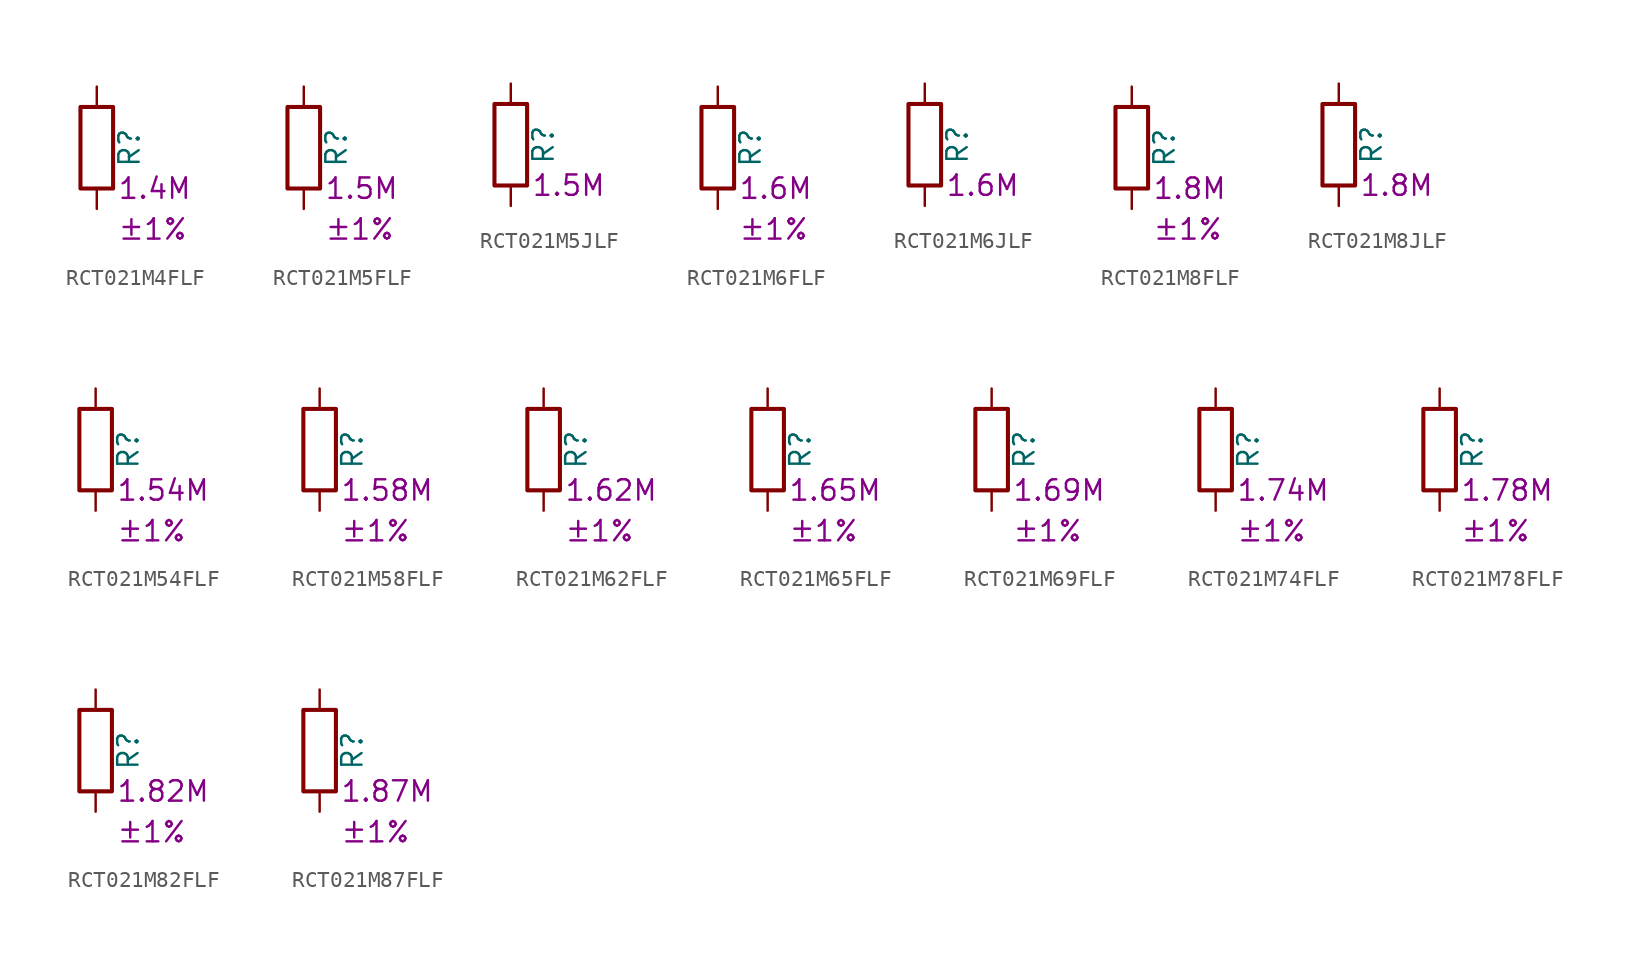
<source format=kicad_sym>
(kicad_symbol_lib
  (version 20220914)
  (generator kicad_symbol_editor)
  (symbol "RCT021M4FLF"
    (pin_numbers hide)
    (pin_names
      (offset 0))
    (property "Reference" "R"
      (at 2.032 0 90)
      (effects (font (size 1.27 1.27))))
    (property "Resistance" "1.4M"
      (at 1.27 -2.54 0)
      (effects (font (size 1.27 1.27)) (justify left)))
    (property "Tolerance" "±1%"
      (at 1.27 -5.08 0)
      (effects (font (size 1.27 1.27)) (justify left)))
    (symbol "RCT021M4FLF_0_1"
      (rectangle (start -1.016 -2.54) (end 1.016 2.54) (stroke (width 0.254) (type default)) (fill (type none))))
    (symbol "RCT021M4FLF_1_1"
      (pin passive line (at 0 3.81 270) (length 1.27) (name "~" (effects (font (size 1.27 1.27)))) (number "1" (effects (font (size 1.27 1.27)))))
      (pin passive line (at 0 -3.81 90) (length 1.27) (name "~" (effects (font (size 1.27 1.27)))) (number "2" (effects (font (size 1.27 1.27)))))))
  (symbol "RCT021M5FLF"
    (pin_numbers hide)
    (pin_names
      (offset 0))
    (property "Reference" "R"
      (at 2.032 0 90)
      (effects (font (size 1.27 1.27))))
    (property "Resistance" "1.5M"
      (at 1.27 -2.54 0)
      (effects (font (size 1.27 1.27)) (justify left)))
    (property "Tolerance" "±1%"
      (at 1.27 -5.08 0)
      (effects (font (size 1.27 1.27)) (justify left)))
    (symbol "RCT021M5FLF_0_1"
      (rectangle (start -1.016 -2.54) (end 1.016 2.54) (stroke (width 0.254) (type default)) (fill (type none))))
    (symbol "RCT021M5FLF_1_1"
      (pin passive line (at 0 3.81 270) (length 1.27) (name "~" (effects (font (size 1.27 1.27)))) (number "1" (effects (font (size 1.27 1.27)))))
      (pin passive line (at 0 -3.81 90) (length 1.27) (name "~" (effects (font (size 1.27 1.27)))) (number "2" (effects (font (size 1.27 1.27)))))))
  (symbol "RCT021M5JLF"
    (pin_numbers hide)
    (pin_names
      (offset 0))
    (property "Reference" "R"
      (at 2.032 0 90)
      (effects (font (size 1.27 1.27))))
    (property "Resistance" "1.5M"
      (at 1.27 -2.54 0)
      (effects (font (size 1.27 1.27)) (justify left)))
    (symbol "RCT021M5JLF_0_1"
      (rectangle (start -1.016 -2.54) (end 1.016 2.54) (stroke (width 0.254) (type default)) (fill (type none))))
    (symbol "RCT021M5JLF_1_1"
      (pin passive line (at 0 3.81 270) (length 1.27) (name "~" (effects (font (size 1.27 1.27)))) (number "1" (effects (font (size 1.27 1.27)))))
      (pin passive line (at 0 -3.81 90) (length 1.27) (name "~" (effects (font (size 1.27 1.27)))) (number "2" (effects (font (size 1.27 1.27)))))))
  (symbol "RCT021M6FLF"
    (pin_numbers hide)
    (pin_names
      (offset 0))
    (property "Reference" "R"
      (at 2.032 0 90)
      (effects (font (size 1.27 1.27))))
    (property "Resistance" "1.6M"
      (at 1.27 -2.54 0)
      (effects (font (size 1.27 1.27)) (justify left)))
    (property "Tolerance" "±1%"
      (at 1.27 -5.08 0)
      (effects (font (size 1.27 1.27)) (justify left)))
    (symbol "RCT021M6FLF_0_1"
      (rectangle (start -1.016 -2.54) (end 1.016 2.54) (stroke (width 0.254) (type default)) (fill (type none))))
    (symbol "RCT021M6FLF_1_1"
      (pin passive line (at 0 3.81 270) (length 1.27) (name "~" (effects (font (size 1.27 1.27)))) (number "1" (effects (font (size 1.27 1.27)))))
      (pin passive line (at 0 -3.81 90) (length 1.27) (name "~" (effects (font (size 1.27 1.27)))) (number "2" (effects (font (size 1.27 1.27)))))))
  (symbol "RCT021M6JLF"
    (pin_numbers hide)
    (pin_names
      (offset 0))
    (property "Reference" "R"
      (at 2.032 0 90)
      (effects (font (size 1.27 1.27))))
    (property "Resistance" "1.6M"
      (at 1.27 -2.54 0)
      (effects (font (size 1.27 1.27)) (justify left)))
    (symbol "RCT021M6JLF_0_1"
      (rectangle (start -1.016 -2.54) (end 1.016 2.54) (stroke (width 0.254) (type default)) (fill (type none))))
    (symbol "RCT021M6JLF_1_1"
      (pin passive line (at 0 3.81 270) (length 1.27) (name "~" (effects (font (size 1.27 1.27)))) (number "1" (effects (font (size 1.27 1.27)))))
      (pin passive line (at 0 -3.81 90) (length 1.27) (name "~" (effects (font (size 1.27 1.27)))) (number "2" (effects (font (size 1.27 1.27)))))))
  (symbol "RCT021M8FLF"
    (pin_numbers hide)
    (pin_names
      (offset 0))
    (property "Reference" "R"
      (at 2.032 0 90)
      (effects (font (size 1.27 1.27))))
    (property "Resistance" "1.8M"
      (at 1.27 -2.54 0)
      (effects (font (size 1.27 1.27)) (justify left)))
    (property "Tolerance" "±1%"
      (at 1.27 -5.08 0)
      (effects (font (size 1.27 1.27)) (justify left)))
    (symbol "RCT021M8FLF_0_1"
      (rectangle (start -1.016 -2.54) (end 1.016 2.54) (stroke (width 0.254) (type default)) (fill (type none))))
    (symbol "RCT021M8FLF_1_1"
      (pin passive line (at 0 3.81 270) (length 1.27) (name "~" (effects (font (size 1.27 1.27)))) (number "1" (effects (font (size 1.27 1.27)))))
      (pin passive line (at 0 -3.81 90) (length 1.27) (name "~" (effects (font (size 1.27 1.27)))) (number "2" (effects (font (size 1.27 1.27)))))))
  (symbol "RCT021M8JLF"
    (pin_numbers hide)
    (pin_names
      (offset 0))
    (property "Reference" "R"
      (at 2.032 0 90)
      (effects (font (size 1.27 1.27))))
    (property "Resistance" "1.8M"
      (at 1.27 -2.54 0)
      (effects (font (size 1.27 1.27)) (justify left)))
    (symbol "RCT021M8JLF_0_1"
      (rectangle (start -1.016 -2.54) (end 1.016 2.54) (stroke (width 0.254) (type default)) (fill (type none))))
    (symbol "RCT021M8JLF_1_1"
      (pin passive line (at 0 3.81 270) (length 1.27) (name "~" (effects (font (size 1.27 1.27)))) (number "1" (effects (font (size 1.27 1.27)))))
      (pin passive line (at 0 -3.81 90) (length 1.27) (name "~" (effects (font (size 1.27 1.27)))) (number "2" (effects (font (size 1.27 1.27)))))))
  (symbol "RCT021M54FLF"
    (pin_numbers hide)
    (pin_names
      (offset 0))
    (property "Reference" "R"
      (at 2.032 0 90)
      (effects (font (size 1.27 1.27))))
    (property "Resistance" "1.54M"
      (at 1.27 -2.54 0)
      (effects (font (size 1.27 1.27)) (justify left)))
    (property "Tolerance" "±1%"
      (at 1.27 -5.08 0)
      (effects (font (size 1.27 1.27)) (justify left)))
    (symbol "RCT021M54FLF_0_1"
      (rectangle (start -1.016 -2.54) (end 1.016 2.54) (stroke (width 0.254) (type default)) (fill (type none))))
    (symbol "RCT021M54FLF_1_1"
      (pin passive line (at 0 3.81 270) (length 1.27) (name "~" (effects (font (size 1.27 1.27)))) (number "1" (effects (font (size 1.27 1.27)))))
      (pin passive line (at 0 -3.81 90) (length 1.27) (name "~" (effects (font (size 1.27 1.27)))) (number "2" (effects (font (size 1.27 1.27)))))))
  (symbol "RCT021M58FLF"
    (pin_numbers hide)
    (pin_names
      (offset 0))
    (property "Reference" "R"
      (at 2.032 0 90)
      (effects (font (size 1.27 1.27))))
    (property "Resistance" "1.58M"
      (at 1.27 -2.54 0)
      (effects (font (size 1.27 1.27)) (justify left)))
    (property "Tolerance" "±1%"
      (at 1.27 -5.08 0)
      (effects (font (size 1.27 1.27)) (justify left)))
    (symbol "RCT021M58FLF_0_1"
      (rectangle (start -1.016 -2.54) (end 1.016 2.54) (stroke (width 0.254) (type default)) (fill (type none))))
    (symbol "RCT021M58FLF_1_1"
      (pin passive line (at 0 3.81 270) (length 1.27) (name "~" (effects (font (size 1.27 1.27)))) (number "1" (effects (font (size 1.27 1.27)))))
      (pin passive line (at 0 -3.81 90) (length 1.27) (name "~" (effects (font (size 1.27 1.27)))) (number "2" (effects (font (size 1.27 1.27)))))))
  (symbol "RCT021M62FLF"
    (pin_numbers hide)
    (pin_names
      (offset 0))
    (property "Reference" "R"
      (at 2.032 0 90)
      (effects (font (size 1.27 1.27))))
    (property "Resistance" "1.62M"
      (at 1.27 -2.54 0)
      (effects (font (size 1.27 1.27)) (justify left)))
    (property "Tolerance" "±1%"
      (at 1.27 -5.08 0)
      (effects (font (size 1.27 1.27)) (justify left)))
    (symbol "RCT021M62FLF_0_1"
      (rectangle (start -1.016 -2.54) (end 1.016 2.54) (stroke (width 0.254) (type default)) (fill (type none))))
    (symbol "RCT021M62FLF_1_1"
      (pin passive line (at 0 3.81 270) (length 1.27) (name "~" (effects (font (size 1.27 1.27)))) (number "1" (effects (font (size 1.27 1.27)))))
      (pin passive line (at 0 -3.81 90) (length 1.27) (name "~" (effects (font (size 1.27 1.27)))) (number "2" (effects (font (size 1.27 1.27)))))))
  (symbol "RCT021M65FLF"
    (pin_numbers hide)
    (pin_names
      (offset 0))
    (property "Reference" "R"
      (at 2.032 0 90)
      (effects (font (size 1.27 1.27))))
    (property "Resistance" "1.65M"
      (at 1.27 -2.54 0)
      (effects (font (size 1.27 1.27)) (justify left)))
    (property "Tolerance" "±1%"
      (at 1.27 -5.08 0)
      (effects (font (size 1.27 1.27)) (justify left)))
    (symbol "RCT021M65FLF_0_1"
      (rectangle (start -1.016 -2.54) (end 1.016 2.54) (stroke (width 0.254) (type default)) (fill (type none))))
    (symbol "RCT021M65FLF_1_1"
      (pin passive line (at 0 3.81 270) (length 1.27) (name "~" (effects (font (size 1.27 1.27)))) (number "1" (effects (font (size 1.27 1.27)))))
      (pin passive line (at 0 -3.81 90) (length 1.27) (name "~" (effects (font (size 1.27 1.27)))) (number "2" (effects (font (size 1.27 1.27)))))))
  (symbol "RCT021M69FLF"
    (pin_numbers hide)
    (pin_names
      (offset 0))
    (property "Reference" "R"
      (at 2.032 0 90)
      (effects (font (size 1.27 1.27))))
    (property "Resistance" "1.69M"
      (at 1.27 -2.54 0)
      (effects (font (size 1.27 1.27)) (justify left)))
    (property "Tolerance" "±1%"
      (at 1.27 -5.08 0)
      (effects (font (size 1.27 1.27)) (justify left)))
    (symbol "RCT021M69FLF_0_1"
      (rectangle (start -1.016 -2.54) (end 1.016 2.54) (stroke (width 0.254) (type default)) (fill (type none))))
    (symbol "RCT021M69FLF_1_1"
      (pin passive line (at 0 3.81 270) (length 1.27) (name "~" (effects (font (size 1.27 1.27)))) (number "1" (effects (font (size 1.27 1.27)))))
      (pin passive line (at 0 -3.81 90) (length 1.27) (name "~" (effects (font (size 1.27 1.27)))) (number "2" (effects (font (size 1.27 1.27)))))))
  (symbol "RCT021M74FLF"
    (pin_numbers hide)
    (pin_names
      (offset 0))
    (property "Reference" "R"
      (at 2.032 0 90)
      (effects (font (size 1.27 1.27))))
    (property "Resistance" "1.74M"
      (at 1.27 -2.54 0)
      (effects (font (size 1.27 1.27)) (justify left)))
    (property "Tolerance" "±1%"
      (at 1.27 -5.08 0)
      (effects (font (size 1.27 1.27)) (justify left)))
    (symbol "RCT021M74FLF_0_1"
      (rectangle (start -1.016 -2.54) (end 1.016 2.54) (stroke (width 0.254) (type default)) (fill (type none))))
    (symbol "RCT021M74FLF_1_1"
      (pin passive line (at 0 3.81 270) (length 1.27) (name "~" (effects (font (size 1.27 1.27)))) (number "1" (effects (font (size 1.27 1.27)))))
      (pin passive line (at 0 -3.81 90) (length 1.27) (name "~" (effects (font (size 1.27 1.27)))) (number "2" (effects (font (size 1.27 1.27)))))))
  (symbol "RCT021M78FLF"
    (pin_numbers hide)
    (pin_names
      (offset 0))
    (property "Reference" "R"
      (at 2.032 0 90)
      (effects (font (size 1.27 1.27))))
    (property "Resistance" "1.78M"
      (at 1.27 -2.54 0)
      (effects (font (size 1.27 1.27)) (justify left)))
    (property "Tolerance" "±1%"
      (at 1.27 -5.08 0)
      (effects (font (size 1.27 1.27)) (justify left)))
    (symbol "RCT021M78FLF_0_1"
      (rectangle (start -1.016 -2.54) (end 1.016 2.54) (stroke (width 0.254) (type default)) (fill (type none))))
    (symbol "RCT021M78FLF_1_1"
      (pin passive line (at 0 3.81 270) (length 1.27) (name "~" (effects (font (size 1.27 1.27)))) (number "1" (effects (font (size 1.27 1.27)))))
      (pin passive line (at 0 -3.81 90) (length 1.27) (name "~" (effects (font (size 1.27 1.27)))) (number "2" (effects (font (size 1.27 1.27)))))))
  (symbol "RCT021M82FLF"
    (pin_numbers hide)
    (pin_names
      (offset 0))
    (property "Reference" "R"
      (at 2.032 0 90)
      (effects (font (size 1.27 1.27))))
    (property "Resistance" "1.82M"
      (at 1.27 -2.54 0)
      (effects (font (size 1.27 1.27)) (justify left)))
    (property "Tolerance" "±1%"
      (at 1.27 -5.08 0)
      (effects (font (size 1.27 1.27)) (justify left)))
    (symbol "RCT021M82FLF_0_1"
      (rectangle (start -1.016 -2.54) (end 1.016 2.54) (stroke (width 0.254) (type default)) (fill (type none))))
    (symbol "RCT021M82FLF_1_1"
      (pin passive line (at 0 3.81 270) (length 1.27) (name "~" (effects (font (size 1.27 1.27)))) (number "1" (effects (font (size 1.27 1.27)))))
      (pin passive line (at 0 -3.81 90) (length 1.27) (name "~" (effects (font (size 1.27 1.27)))) (number "2" (effects (font (size 1.27 1.27)))))))
  (symbol "RCT021M87FLF"
    (pin_numbers hide)
    (pin_names
      (offset 0))
    (property "Reference" "R"
      (at 2.032 0 90)
      (effects (font (size 1.27 1.27))))
    (property "Resistance" "1.87M"
      (at 1.27 -2.54 0)
      (effects (font (size 1.27 1.27)) (justify left)))
    (property "Tolerance" "±1%"
      (at 1.27 -5.08 0)
      (effects (font (size 1.27 1.27)) (justify left)))
    (symbol "RCT021M87FLF_0_1"
      (rectangle (start -1.016 -2.54) (end 1.016 2.54) (stroke (width 0.254) (type default)) (fill (type none))))
    (symbol "RCT021M87FLF_1_1"
      (pin passive line (at 0 3.81 270) (length 1.27) (name "~" (effects (font (size 1.27 1.27)))) (number "1" (effects (font (size 1.27 1.27)))))
      (pin passive line (at 0 -3.81 90) (length 1.27) (name "~" (effects (font (size 1.27 1.27)))) (number "2" (effects (font (size 1.27 1.27))))))))
</source>
